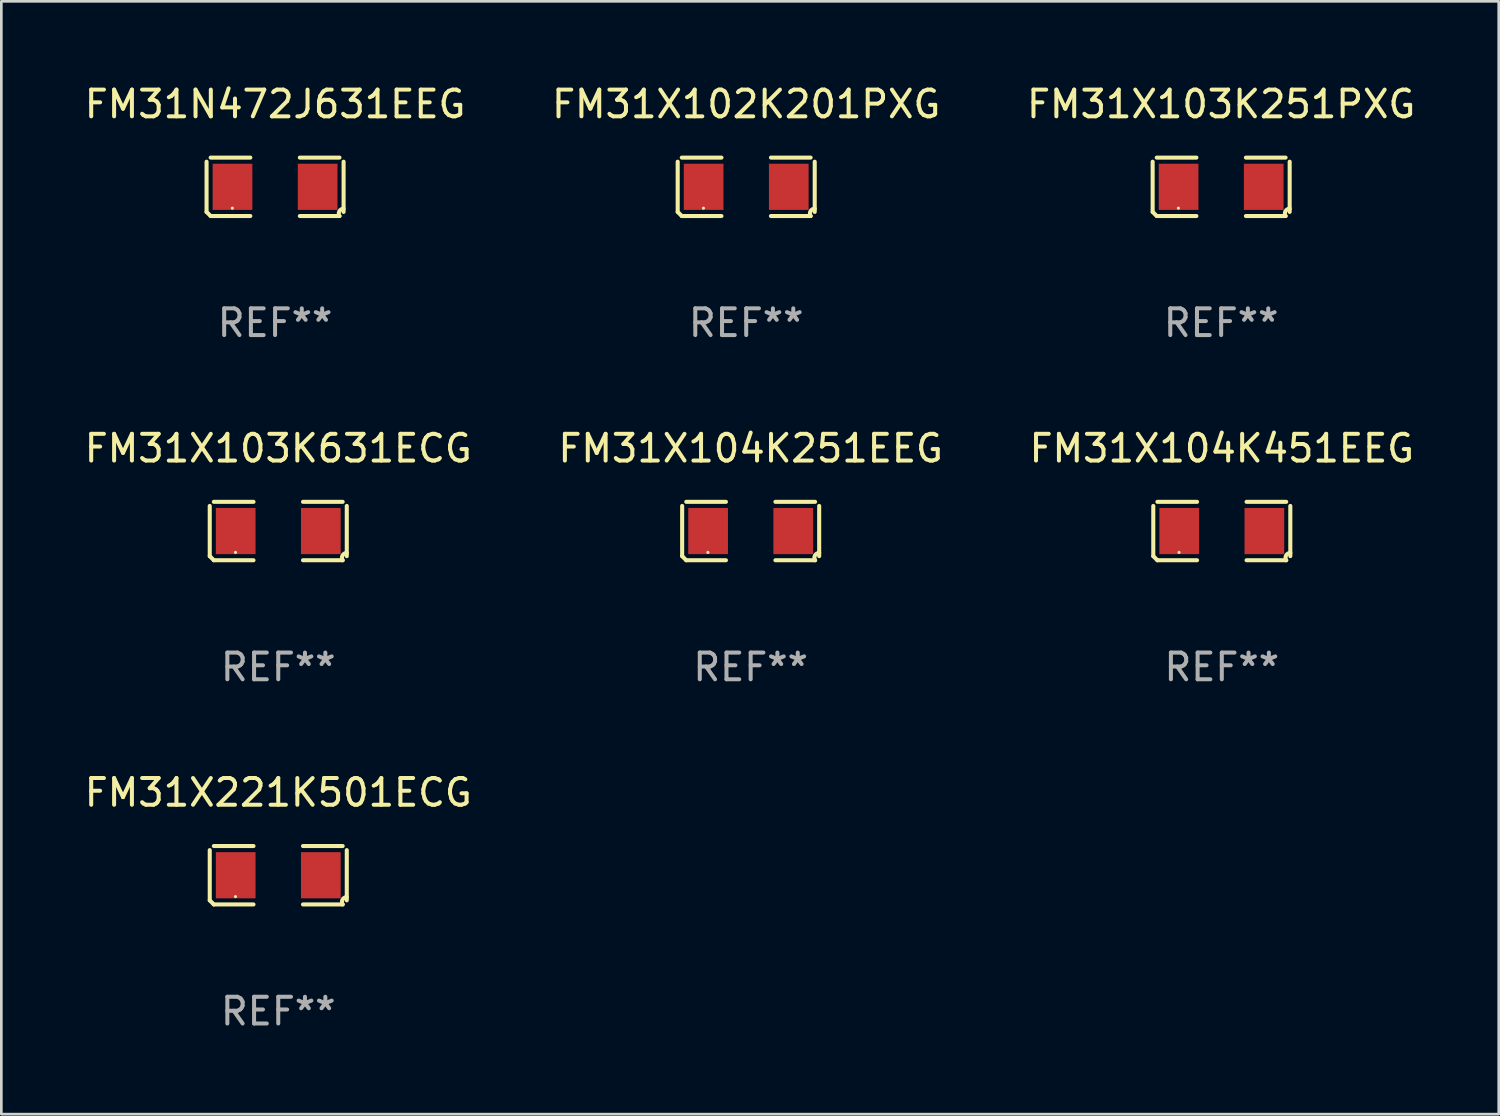
<source format=kicad_pcb>
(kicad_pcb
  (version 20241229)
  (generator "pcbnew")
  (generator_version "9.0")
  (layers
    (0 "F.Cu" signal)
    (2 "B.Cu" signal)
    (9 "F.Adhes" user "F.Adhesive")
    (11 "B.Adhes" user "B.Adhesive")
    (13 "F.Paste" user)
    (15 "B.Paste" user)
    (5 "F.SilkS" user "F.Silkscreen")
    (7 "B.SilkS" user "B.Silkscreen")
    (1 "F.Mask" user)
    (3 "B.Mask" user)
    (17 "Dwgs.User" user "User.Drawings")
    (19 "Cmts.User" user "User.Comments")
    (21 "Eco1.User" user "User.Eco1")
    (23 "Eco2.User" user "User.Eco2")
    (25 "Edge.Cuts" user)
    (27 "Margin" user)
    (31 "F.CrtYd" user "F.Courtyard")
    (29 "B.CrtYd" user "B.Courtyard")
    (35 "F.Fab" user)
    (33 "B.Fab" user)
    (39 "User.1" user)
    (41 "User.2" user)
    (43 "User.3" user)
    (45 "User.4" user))
  (footprint "FM31X104K451EEG"
    (layer "F.Cu")
    (at 42.673 16.823)
    (property "Reference" "FM31X104K451EEG" (at 0 -3.093 0) (layer "F.SilkS") (effects (font (size 1 1) (thickness 0.15))))
    (attr through_hole)
    (fp_line (start -2.564 0.94) (end -2.564 -0.94) (stroke (width 0.152) (type solid)) (layer "F.SilkS"))
    (fp_line (start -2.411 -1.093) (end -0.926 -1.093) (stroke (width 0.152) (type solid)) (layer "F.SilkS"))
    (fp_line (start -0.926 1.093) (end -2.411 1.093) (stroke (width 0.152) (type solid)) (layer "F.SilkS"))
    (fp_line (start 0.926 1.093) (end 2.411 1.093) (stroke (width 0.152) (type solid)) (layer "F.SilkS"))
    (fp_line (start 2.411 -1.093) (end 0.926 -1.093) (stroke (width 0.152) (type solid)) (layer "F.SilkS"))
    (fp_line (start 2.564 0.94) (end 2.564 -0.94) (stroke (width 0.152) (type solid)) (layer "F.SilkS"))
    (fp_arc (start -2.411201 1.092609) (mid -2.487413 1.01642) (end -2.563602 0.940208) (stroke (width 0.1524) (type solid)) (layer "F.SilkS"))
    (fp_arc (start 2.411201 1.092609) (mid 2.407159 0.911226) (end 2.563602 0.819347) (stroke (width 0.1524) (type solid)) (layer "F.SilkS"))
    (fp_circle (center -1.6 0.8) (end -1.57 0.8) (stroke (width 0.06) (type solid)) (fill no) (layer "F.SilkS"))
    (fp_text user "REF**" (at 0 5.093 0) (layer "F.Fab") (effects (font (size 1 1) (thickness 0.15))))
    (pad "1" smd rect (at -1.593 0) (size 1.485 1.728) (layers "F.Cu" "F.Mask" "F.Paste"))
    (pad "2" smd rect (at 1.593 0) (size 1.485 1.728) (layers "F.Cu" "F.Mask" "F.Paste")))
  (footprint "FM31X104K251EEG"
    (layer "F.Cu")
    (at 25.042 16.823)
    (property "Reference" "FM31X104K251EEG" (at 0 -3.093 0) (layer "F.SilkS") (effects (font (size 1 1) (thickness 0.15))))
    (attr through_hole)
    (fp_line (start -2.564 0.94) (end -2.564 -0.94) (stroke (width 0.152) (type solid)) (layer "F.SilkS"))
    (fp_line (start -2.411 -1.093) (end -0.926 -1.093) (stroke (width 0.152) (type solid)) (layer "F.SilkS"))
    (fp_line (start -0.926 1.093) (end -2.411 1.093) (stroke (width 0.152) (type solid)) (layer "F.SilkS"))
    (fp_line (start 0.926 1.093) (end 2.411 1.093) (stroke (width 0.152) (type solid)) (layer "F.SilkS"))
    (fp_line (start 2.411 -1.093) (end 0.926 -1.093) (stroke (width 0.152) (type solid)) (layer "F.SilkS"))
    (fp_line (start 2.564 0.94) (end 2.564 -0.94) (stroke (width 0.152) (type solid)) (layer "F.SilkS"))
    (fp_arc (start -2.411201 1.092609) (mid -2.487413 1.01642) (end -2.563602 0.940208) (stroke (width 0.1524) (type solid)) (layer "F.SilkS"))
    (fp_arc (start 2.411201 1.092609) (mid 2.407159 0.911226) (end 2.563602 0.819347) (stroke (width 0.1524) (type solid)) (layer "F.SilkS"))
    (fp_circle (center -1.6 0.8) (end -1.57 0.8) (stroke (width 0.06) (type solid)) (fill no) (layer "F.SilkS"))
    (fp_text user "REF**" (at 0 5.093 0) (layer "F.Fab") (effects (font (size 1 1) (thickness 0.15))))
    (pad "1" smd rect (at -1.593 0) (size 1.485 1.728) (layers "F.Cu" "F.Mask" "F.Paste"))
    (pad "2" smd rect (at 1.593 0) (size 1.485 1.728) (layers "F.Cu" "F.Mask" "F.Paste")))
  (footprint "FM31N472J631EEG"
    (layer "F.Cu")
    (at 7.244 3.941)
    (property "Reference" "FM31N472J631EEG" (at 0 -3.093 0) (layer "F.SilkS") (effects (font (size 1 1) (thickness 0.15))))
    (attr through_hole)
    (fp_line (start -2.564 0.94) (end -2.564 -0.94) (stroke (width 0.152) (type solid)) (layer "F.SilkS"))
    (fp_line (start -2.411 -1.093) (end -0.926 -1.093) (stroke (width 0.152) (type solid)) (layer "F.SilkS"))
    (fp_line (start -0.926 1.093) (end -2.411 1.093) (stroke (width 0.152) (type solid)) (layer "F.SilkS"))
    (fp_line (start 0.926 1.093) (end 2.411 1.093) (stroke (width 0.152) (type solid)) (layer "F.SilkS"))
    (fp_line (start 2.411 -1.093) (end 0.926 -1.093) (stroke (width 0.152) (type solid)) (layer "F.SilkS"))
    (fp_line (start 2.564 0.94) (end 2.564 -0.94) (stroke (width 0.152) (type solid)) (layer "F.SilkS"))
    (fp_arc (start -2.411201 1.092609) (mid -2.487413 1.01642) (end -2.563602 0.940208) (stroke (width 0.1524) (type solid)) (layer "F.SilkS"))
    (fp_arc (start 2.411201 1.092609) (mid 2.407159 0.911226) (end 2.563602 0.819347) (stroke (width 0.1524) (type solid)) (layer "F.SilkS"))
    (fp_circle (center -1.6 0.8) (end -1.57 0.8) (stroke (width 0.06) (type solid)) (fill no) (layer "F.SilkS"))
    (fp_text user "REF**" (at 0 5.093 0) (layer "F.Fab") (effects (font (size 1 1) (thickness 0.15))))
    (pad "1" smd rect (at -1.593 0) (size 1.485 1.728) (layers "F.Cu" "F.Mask" "F.Paste"))
    (pad "2" smd rect (at 1.593 0) (size 1.485 1.728) (layers "F.Cu" "F.Mask" "F.Paste")))
  (footprint "FM31X103K251PXG"
    (layer "F.Cu")
    (at 42.649 3.941)
    (property "Reference" "FM31X103K251PXG" (at 0 -3.093 0) (layer "F.SilkS") (effects (font (size 1 1) (thickness 0.15))))
    (attr through_hole)
    (fp_line (start -2.564 0.94) (end -2.564 -0.94) (stroke (width 0.152) (type solid)) (layer "F.SilkS"))
    (fp_line (start -2.411 -1.093) (end -0.926 -1.093) (stroke (width 0.152) (type solid)) (layer "F.SilkS"))
    (fp_line (start -0.926 1.093) (end -2.411 1.093) (stroke (width 0.152) (type solid)) (layer "F.SilkS"))
    (fp_line (start 0.926 1.093) (end 2.411 1.093) (stroke (width 0.152) (type solid)) (layer "F.SilkS"))
    (fp_line (start 2.411 -1.093) (end 0.926 -1.093) (stroke (width 0.152) (type solid)) (layer "F.SilkS"))
    (fp_line (start 2.564 0.94) (end 2.564 -0.94) (stroke (width 0.152) (type solid)) (layer "F.SilkS"))
    (fp_arc (start -2.411201 1.092609) (mid -2.487413 1.01642) (end -2.563602 0.940208) (stroke (width 0.1524) (type solid)) (layer "F.SilkS"))
    (fp_arc (start 2.411201 1.092609) (mid 2.407159 0.911226) (end 2.563602 0.819347) (stroke (width 0.1524) (type solid)) (layer "F.SilkS"))
    (fp_circle (center -1.6 0.8) (end -1.57 0.8) (stroke (width 0.06) (type solid)) (fill no) (layer "F.SilkS"))
    (fp_text user "REF**" (at 0 5.093 0) (layer "F.Fab") (effects (font (size 1 1) (thickness 0.15))))
    (pad "1" smd rect (at -1.593 0) (size 1.485 1.728) (layers "F.Cu" "F.Mask" "F.Paste"))
    (pad "2" smd rect (at 1.593 0) (size 1.485 1.728) (layers "F.Cu" "F.Mask" "F.Paste")))
  (footprint "FM31X103K631ECG"
    (layer "F.Cu")
    (at 7.363 16.823)
    (property "Reference" "FM31X103K631ECG" (at 0 -3.093 0) (layer "F.SilkS") (effects (font (size 1 1) (thickness 0.15))))
    (attr through_hole)
    (fp_line (start -2.564 0.94) (end -2.564 -0.94) (stroke (width 0.152) (type solid)) (layer "F.SilkS"))
    (fp_line (start -2.411 -1.093) (end -0.926 -1.093) (stroke (width 0.152) (type solid)) (layer "F.SilkS"))
    (fp_line (start -0.926 1.093) (end -2.411 1.093) (stroke (width 0.152) (type solid)) (layer "F.SilkS"))
    (fp_line (start 0.926 1.093) (end 2.411 1.093) (stroke (width 0.152) (type solid)) (layer "F.SilkS"))
    (fp_line (start 2.411 -1.093) (end 0.926 -1.093) (stroke (width 0.152) (type solid)) (layer "F.SilkS"))
    (fp_line (start 2.564 0.94) (end 2.564 -0.94) (stroke (width 0.152) (type solid)) (layer "F.SilkS"))
    (fp_arc (start -2.411201 1.092609) (mid -2.487413 1.01642) (end -2.563602 0.940208) (stroke (width 0.1524) (type solid)) (layer "F.SilkS"))
    (fp_arc (start 2.411201 1.092609) (mid 2.407159 0.911226) (end 2.563602 0.819347) (stroke (width 0.1524) (type solid)) (layer "F.SilkS"))
    (fp_circle (center -1.6 0.8) (end -1.57 0.8) (stroke (width 0.06) (type solid)) (fill no) (layer "F.SilkS"))
    (fp_text user "REF**" (at 0 5.093 0) (layer "F.Fab") (effects (font (size 1 1) (thickness 0.15))))
    (pad "1" smd rect (at -1.593 0) (size 1.485 1.728) (layers "F.Cu" "F.Mask" "F.Paste"))
    (pad "2" smd rect (at 1.593 0) (size 1.485 1.728) (layers "F.Cu" "F.Mask" "F.Paste")))
  (footprint "FM31X221K501ECG"
    (layer "F.Cu")
    (at 7.363 29.704)
    (property "Reference" "FM31X221K501ECG" (at 0 -3.093 0) (layer "F.SilkS") (effects (font (size 1 1) (thickness 0.15))))
    (attr through_hole)
    (fp_line (start -2.564 0.94) (end -2.564 -0.94) (stroke (width 0.152) (type solid)) (layer "F.SilkS"))
    (fp_line (start -2.411 -1.093) (end -0.926 -1.093) (stroke (width 0.152) (type solid)) (layer "F.SilkS"))
    (fp_line (start -0.926 1.093) (end -2.411 1.093) (stroke (width 0.152) (type solid)) (layer "F.SilkS"))
    (fp_line (start 0.926 1.093) (end 2.411 1.093) (stroke (width 0.152) (type solid)) (layer "F.SilkS"))
    (fp_line (start 2.411 -1.093) (end 0.926 -1.093) (stroke (width 0.152) (type solid)) (layer "F.SilkS"))
    (fp_line (start 2.564 0.94) (end 2.564 -0.94) (stroke (width 0.152) (type solid)) (layer "F.SilkS"))
    (fp_arc (start -2.411201 1.092609) (mid -2.487413 1.01642) (end -2.563602 0.940208) (stroke (width 0.1524) (type solid)) (layer "F.SilkS"))
    (fp_arc (start 2.411201 1.092609) (mid 2.407159 0.911226) (end 2.563602 0.819347) (stroke (width 0.1524) (type solid)) (layer "F.SilkS"))
    (fp_circle (center -1.6 0.8) (end -1.57 0.8) (stroke (width 0.06) (type solid)) (fill no) (layer "F.SilkS"))
    (fp_text user "REF**" (at 0 5.093 0) (layer "F.Fab") (effects (font (size 1 1) (thickness 0.15))))
    (pad "1" smd rect (at -1.593 0) (size 1.485 1.728) (layers "F.Cu" "F.Mask" "F.Paste"))
    (pad "2" smd rect (at 1.593 0) (size 1.485 1.728) (layers "F.Cu" "F.Mask" "F.Paste")))
  (footprint "FM31X102K201PXG"
    (layer "F.Cu")
    (at 24.875 3.941)
    (property "Reference" "FM31X102K201PXG" (at 0 -3.093 0) (layer "F.SilkS") (effects (font (size 1 1) (thickness 0.15))))
    (attr through_hole)
    (fp_line (start -2.564 0.94) (end -2.564 -0.94) (stroke (width 0.152) (type solid)) (layer "F.SilkS"))
    (fp_line (start -2.411 -1.093) (end -0.926 -1.093) (stroke (width 0.152) (type solid)) (layer "F.SilkS"))
    (fp_line (start -0.926 1.093) (end -2.411 1.093) (stroke (width 0.152) (type solid)) (layer "F.SilkS"))
    (fp_line (start 0.926 1.093) (end 2.411 1.093) (stroke (width 0.152) (type solid)) (layer "F.SilkS"))
    (fp_line (start 2.411 -1.093) (end 0.926 -1.093) (stroke (width 0.152) (type solid)) (layer "F.SilkS"))
    (fp_line (start 2.564 0.94) (end 2.564 -0.94) (stroke (width 0.152) (type solid)) (layer "F.SilkS"))
    (fp_arc (start -2.411201 1.092609) (mid -2.487413 1.01642) (end -2.563602 0.940208) (stroke (width 0.1524) (type solid)) (layer "F.SilkS"))
    (fp_arc (start 2.411201 1.092609) (mid 2.407159 0.911226) (end 2.563602 0.819347) (stroke (width 0.1524) (type solid)) (layer "F.SilkS"))
    (fp_circle (center -1.6 0.8) (end -1.57 0.8) (stroke (width 0.06) (type solid)) (fill no) (layer "F.SilkS"))
    (fp_text user "REF**" (at 0 5.093 0) (layer "F.Fab") (effects (font (size 1 1) (thickness 0.15))))
    (pad "1" smd rect (at -1.593 0) (size 1.485 1.728) (layers "F.Cu" "F.Mask" "F.Paste"))
    (pad "2" smd rect (at 1.593 0) (size 1.485 1.728) (layers "F.Cu" "F.Mask" "F.Paste")))
  (gr_rect
    (start -3 -3)
    (end 53.036 38.645)
    (stroke (width 0.1) (type default))
    (fill no)
    (layer "Edge.Cuts")))
</source>
